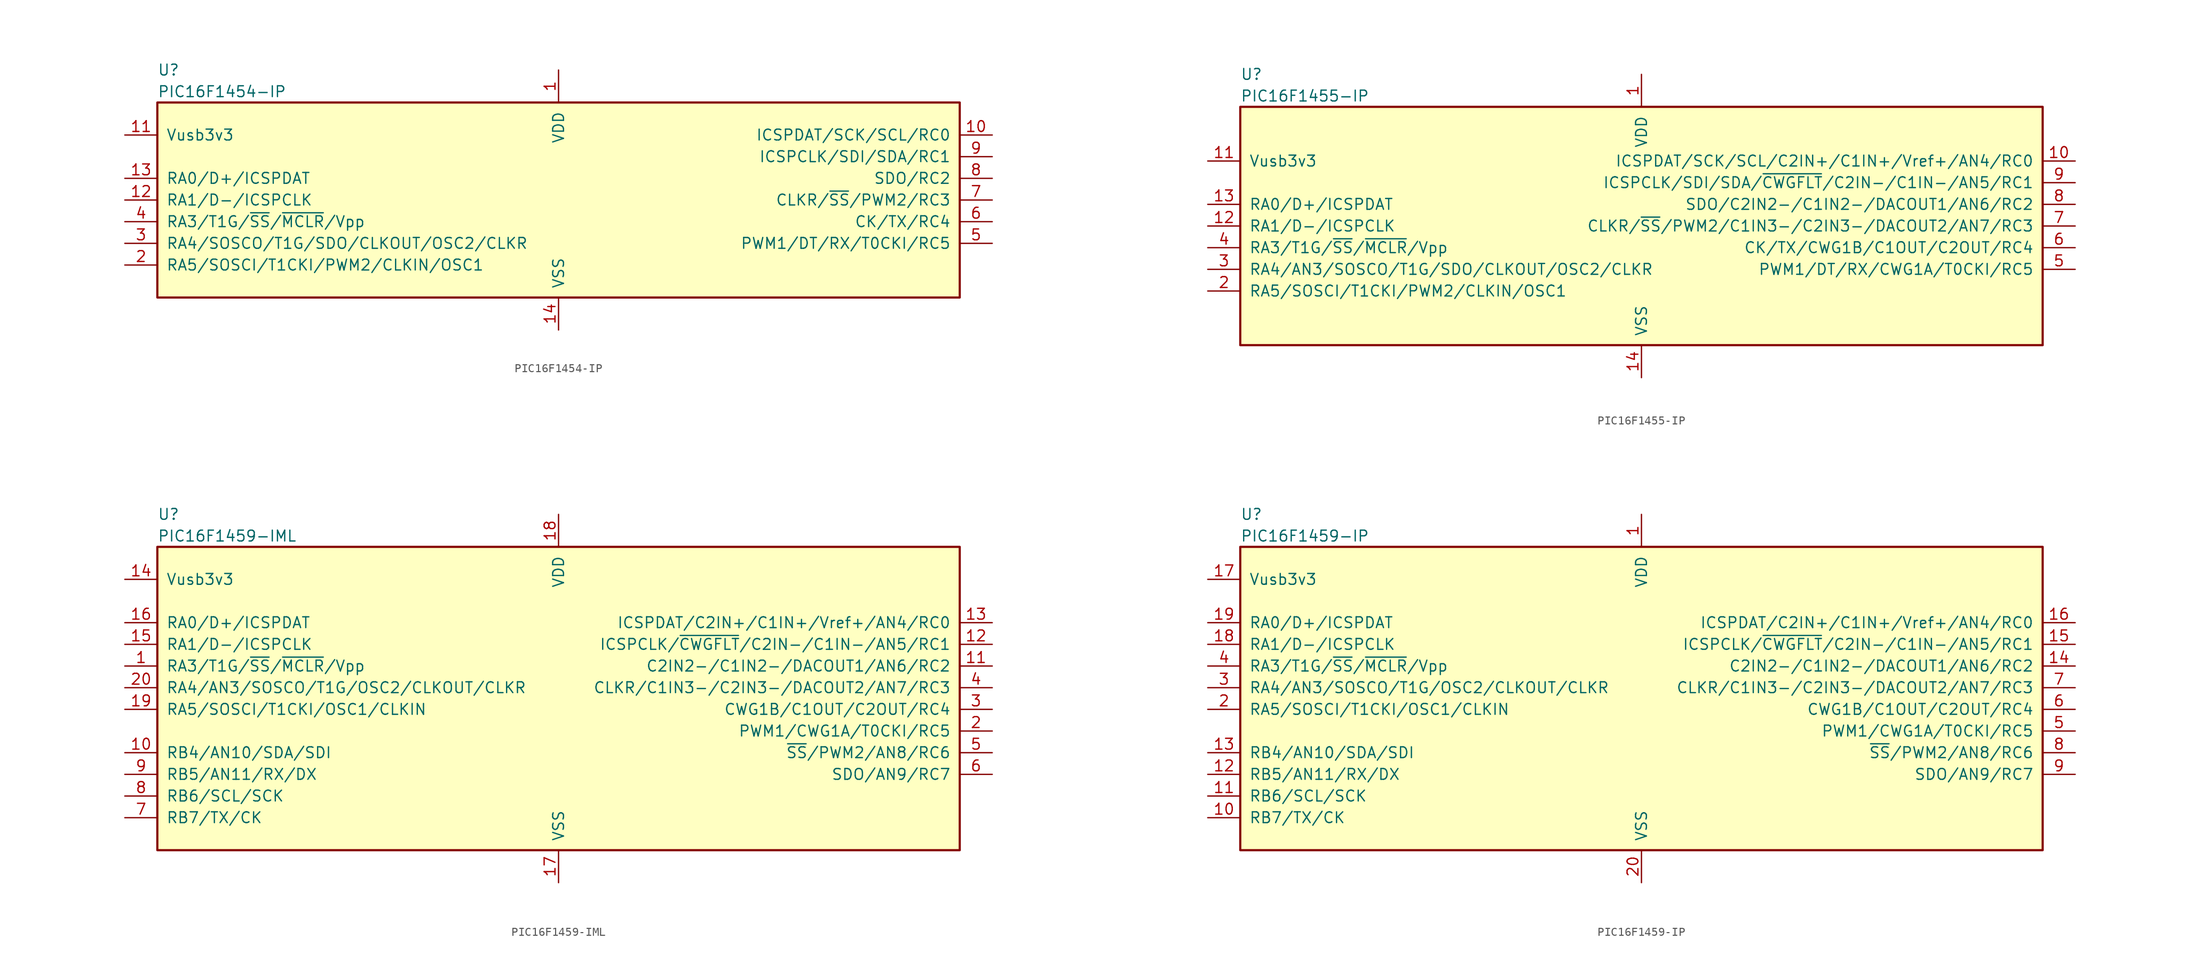
<source format=kicad_sym>
(kicad_symbol_lib
  (version 20201005)
  (generator kicad_symbol_editor)
  (symbol "MCU_Microchip_PIC16:PIC16F1454-IP"
    (pin_names
      (offset 1.016))
    (property "Reference" "U"
      (at -46.99 15.24 0)
      (effects (font (size 1.27 1.27)) (justify left)))
    (property "Value" "PIC16F1454-IP"
      (at -46.99 12.7 0)
      (effects (font (size 1.27 1.27)) (justify left)))
    (symbol "PIC16F1454-IP_0_1"
      (rectangle (start -46.99 11.43) (end 46.99 -11.43) (stroke (width 0.254)) (fill (type background))))
    (symbol "PIC16F1454-IP_1_1"
      (pin power_in line (at 0 15.24 270) (length 3.81) (name "VDD" (effects (font (size 1.27 1.27)))) (number "1" (effects (font (size 1.27 1.27)))))
      (pin bidirectional line (at 50.8 7.62 180) (length 3.81) (name "ICSPDAT/SCK/SCL/RC0" (effects (font (size 1.27 1.27)))) (number "10" (effects (font (size 1.27 1.27)))))
      (pin bidirectional line (at -50.8 7.62 0) (length 3.81) (name "Vusb3v3" (effects (font (size 1.27 1.27)))) (number "11" (effects (font (size 1.27 1.27)))))
      (pin bidirectional line (at -50.8 0 0) (length 3.81) (name "RA1/D-/ICSPCLK" (effects (font (size 1.27 1.27)))) (number "12" (effects (font (size 1.27 1.27)))))
      (pin bidirectional line (at -50.8 2.54 0) (length 3.81) (name "RA0/D+/ICSPDAT" (effects (font (size 1.27 1.27)))) (number "13" (effects (font (size 1.27 1.27)))))
      (pin power_in line (at 0 -15.24 90) (length 3.81) (name "VSS" (effects (font (size 1.27 1.27)))) (number "14" (effects (font (size 1.27 1.27)))))
      (pin bidirectional line (at -50.8 -7.62 0) (length 3.81) (name "RA5/SOSCI/T1CKI/PWM2/CLKIN/OSC1" (effects (font (size 1.27 1.27)))) (number "2" (effects (font (size 1.27 1.27)))))
      (pin bidirectional line (at -50.8 -5.08 0) (length 3.81) (name "RA4/SOSCO/T1G/SDO/CLKOUT/OSC2/CLKR" (effects (font (size 1.27 1.27)))) (number "3" (effects (font (size 1.27 1.27)))))
      (pin input line (at -50.8 -2.54 0) (length 3.81) (name "RA3/T1G/~SS~/~MCLR~/Vpp" (effects (font (size 1.27 1.27)))) (number "4" (effects (font (size 1.27 1.27)))))
      (pin bidirectional line (at 50.8 -5.08 180) (length 3.81) (name "PWM1/DT/RX/T0CKI/RC5" (effects (font (size 1.27 1.27)))) (number "5" (effects (font (size 1.27 1.27)))))
      (pin bidirectional line (at 50.8 -2.54 180) (length 3.81) (name "CK/TX/RC4" (effects (font (size 1.27 1.27)))) (number "6" (effects (font (size 1.27 1.27)))))
      (pin bidirectional line (at 50.8 0 180) (length 3.81) (name "CLKR/~SS~/PWM2/RC3" (effects (font (size 1.27 1.27)))) (number "7" (effects (font (size 1.27 1.27)))))
      (pin bidirectional line (at 50.8 2.54 180) (length 3.81) (name "SDO/RC2" (effects (font (size 1.27 1.27)))) (number "8" (effects (font (size 1.27 1.27)))))
      (pin bidirectional line (at 50.8 5.08 180) (length 3.81) (name "ICSPCLK/SDI/SDA/RC1" (effects (font (size 1.27 1.27)))) (number "9" (effects (font (size 1.27 1.27)))))))
  (symbol "MCU_Microchip_PIC16:PIC16F1455-IP"
    (pin_names
      (offset 1.016))
    (property "Reference" "U"
      (at -46.99 17.78 0)
      (effects (font (size 1.27 1.27)) (justify left)))
    (property "Value" "PIC16F1455-IP"
      (at -46.99 15.24 0)
      (effects (font (size 1.27 1.27)) (justify left)))
    (symbol "PIC16F1455-IP_0_1"
      (rectangle (start -46.99 13.97) (end 46.99 -13.97) (stroke (width 0.254)) (fill (type background))))
    (symbol "PIC16F1455-IP_1_1"
      (pin power_in line (at 0 17.78 270) (length 3.81) (name "VDD" (effects (font (size 1.27 1.27)))) (number "1" (effects (font (size 1.27 1.27)))))
      (pin bidirectional line (at 50.8 7.62 180) (length 3.81) (name "ICSPDAT/SCK/SCL/C2IN+/C1IN+/Vref+/AN4/RC0" (effects (font (size 1.27 1.27)))) (number "10" (effects (font (size 1.27 1.27)))))
      (pin bidirectional line (at -50.8 7.62 0) (length 3.81) (name "Vusb3v3" (effects (font (size 1.27 1.27)))) (number "11" (effects (font (size 1.27 1.27)))))
      (pin bidirectional line (at -50.8 0 0) (length 3.81) (name "RA1/D-/ICSPCLK" (effects (font (size 1.27 1.27)))) (number "12" (effects (font (size 1.27 1.27)))))
      (pin bidirectional line (at -50.8 2.54 0) (length 3.81) (name "RA0/D+/ICSPDAT" (effects (font (size 1.27 1.27)))) (number "13" (effects (font (size 1.27 1.27)))))
      (pin power_in line (at 0 -17.78 90) (length 3.81) (name "VSS" (effects (font (size 1.27 1.27)))) (number "14" (effects (font (size 1.27 1.27)))))
      (pin bidirectional line (at -50.8 -7.62 0) (length 3.81) (name "RA5/SOSCI/T1CKI/PWM2/CLKIN/OSC1" (effects (font (size 1.27 1.27)))) (number "2" (effects (font (size 1.27 1.27)))))
      (pin bidirectional line (at -50.8 -5.08 0) (length 3.81) (name "RA4/AN3/SOSCO/T1G/SDO/CLKOUT/OSC2/CLKR" (effects (font (size 1.27 1.27)))) (number "3" (effects (font (size 1.27 1.27)))))
      (pin input line (at -50.8 -2.54 0) (length 3.81) (name "RA3/T1G/~SS~/~MCLR~/Vpp" (effects (font (size 1.27 1.27)))) (number "4" (effects (font (size 1.27 1.27)))))
      (pin bidirectional line (at 50.8 -5.08 180) (length 3.81) (name "PWM1/DT/RX/CWG1A/T0CKI/RC5" (effects (font (size 1.27 1.27)))) (number "5" (effects (font (size 1.27 1.27)))))
      (pin bidirectional line (at 50.8 -2.54 180) (length 3.81) (name "CK/TX/CWG1B/C1OUT/C2OUT/RC4" (effects (font (size 1.27 1.27)))) (number "6" (effects (font (size 1.27 1.27)))))
      (pin bidirectional line (at 50.8 0 180) (length 3.81) (name "CLKR/~SS~/PWM2/C1IN3-/C2IN3-/DACOUT2/AN7/RC3" (effects (font (size 1.27 1.27)))) (number "7" (effects (font (size 1.27 1.27)))))
      (pin bidirectional line (at 50.8 2.54 180) (length 3.81) (name "SDO/C2IN2-/C1IN2-/DACOUT1/AN6/RC2" (effects (font (size 1.27 1.27)))) (number "8" (effects (font (size 1.27 1.27)))))
      (pin bidirectional line (at 50.8 5.08 180) (length 3.81) (name "ICSPCLK/SDI/SDA/~CWGFLT~/C2IN-/C1IN-/AN5/RC1" (effects (font (size 1.27 1.27)))) (number "9" (effects (font (size 1.27 1.27)))))))
  (symbol "MCU_Microchip_PIC16:PIC16F1459-IML"
    (pin_names
      (offset 1.016))
    (property "Reference" "U"
      (at -46.99 17.78 0)
      (effects (font (size 1.27 1.27)) (justify left)))
    (property "Value" "PIC16F1459-IML"
      (at -46.99 15.24 0)
      (effects (font (size 1.27 1.27)) (justify left)))
    (symbol "PIC16F1459-IML_0_1"
      (rectangle (start -46.99 13.97) (end 46.99 -21.59) (stroke (width 0.254)) (fill (type background))))
    (symbol "PIC16F1459-IML_1_1"
      (pin input line (at -50.8 0 0) (length 3.81) (name "RA3/T1G/~SS~/~MCLR~/Vpp" (effects (font (size 1.27 1.27)))) (number "1" (effects (font (size 1.27 1.27)))))
      (pin bidirectional line (at -50.8 -10.16 0) (length 3.81) (name "RB4/AN10/SDA/SDI" (effects (font (size 1.27 1.27)))) (number "10" (effects (font (size 1.27 1.27)))))
      (pin bidirectional line (at 50.8 0 180) (length 3.81) (name "C2IN2-/C1IN2-/DACOUT1/AN6/RC2" (effects (font (size 1.27 1.27)))) (number "11" (effects (font (size 1.27 1.27)))))
      (pin bidirectional line (at 50.8 2.54 180) (length 3.81) (name "ICSPCLK/~CWGFLT~/C2IN-/C1IN-/AN5/RC1" (effects (font (size 1.27 1.27)))) (number "12" (effects (font (size 1.27 1.27)))))
      (pin bidirectional line (at 50.8 5.08 180) (length 3.81) (name "ICSPDAT/C2IN+/C1IN+/Vref+/AN4/RC0" (effects (font (size 1.27 1.27)))) (number "13" (effects (font (size 1.27 1.27)))))
      (pin bidirectional line (at -50.8 10.16 0) (length 3.81) (name "Vusb3v3" (effects (font (size 1.27 1.27)))) (number "14" (effects (font (size 1.27 1.27)))))
      (pin bidirectional line (at -50.8 2.54 0) (length 3.81) (name "RA1/D-/ICSPCLK" (effects (font (size 1.27 1.27)))) (number "15" (effects (font (size 1.27 1.27)))))
      (pin bidirectional line (at -50.8 5.08 0) (length 3.81) (name "RA0/D+/ICSPDAT" (effects (font (size 1.27 1.27)))) (number "16" (effects (font (size 1.27 1.27)))))
      (pin power_in line (at 0 -25.4 90) (length 3.81) (name "VSS" (effects (font (size 1.27 1.27)))) (number "17" (effects (font (size 1.27 1.27)))))
      (pin power_in line (at 0 17.78 270) (length 3.81) (name "VDD" (effects (font (size 1.27 1.27)))) (number "18" (effects (font (size 1.27 1.27)))))
      (pin bidirectional line (at -50.8 -5.08 0) (length 3.81) (name "RA5/SOSCI/T1CKI/OSC1/CLKIN" (effects (font (size 1.27 1.27)))) (number "19" (effects (font (size 1.27 1.27)))))
      (pin bidirectional line (at 50.8 -7.62 180) (length 3.81) (name "PWM1/CWG1A/T0CKI/RC5" (effects (font (size 1.27 1.27)))) (number "2" (effects (font (size 1.27 1.27)))))
      (pin bidirectional line (at -50.8 -2.54 0) (length 3.81) (name "RA4/AN3/SOSCO/T1G/OSC2/CLKOUT/CLKR" (effects (font (size 1.27 1.27)))) (number "20" (effects (font (size 1.27 1.27)))))
      (pin bidirectional line (at 50.8 -5.08 180) (length 3.81) (name "CWG1B/C1OUT/C2OUT/RC4" (effects (font (size 1.27 1.27)))) (number "3" (effects (font (size 1.27 1.27)))))
      (pin bidirectional line (at 50.8 -2.54 180) (length 3.81) (name "CLKR/C1IN3-/C2IN3-/DACOUT2/AN7/RC3" (effects (font (size 1.27 1.27)))) (number "4" (effects (font (size 1.27 1.27)))))
      (pin bidirectional line (at 50.8 -10.16 180) (length 3.81) (name "~SS~/PWM2/AN8/RC6" (effects (font (size 1.27 1.27)))) (number "5" (effects (font (size 1.27 1.27)))))
      (pin bidirectional line (at 50.8 -12.7 180) (length 3.81) (name "SDO/AN9/RC7" (effects (font (size 1.27 1.27)))) (number "6" (effects (font (size 1.27 1.27)))))
      (pin bidirectional line (at -50.8 -17.78 0) (length 3.81) (name "RB7/TX/CK" (effects (font (size 1.27 1.27)))) (number "7" (effects (font (size 1.27 1.27)))))
      (pin bidirectional line (at -50.8 -15.24 0) (length 3.81) (name "RB6/SCL/SCK" (effects (font (size 1.27 1.27)))) (number "8" (effects (font (size 1.27 1.27)))))
      (pin bidirectional line (at -50.8 -12.7 0) (length 3.81) (name "RB5/AN11/RX/DX" (effects (font (size 1.27 1.27)))) (number "9" (effects (font (size 1.27 1.27)))))))
  (symbol "MCU_Microchip_PIC16:PIC16F1459-IP"
    (pin_names
      (offset 1.016))
    (property "Reference" "U"
      (at -46.99 17.78 0)
      (effects (font (size 1.27 1.27)) (justify left)))
    (property "Value" "PIC16F1459-IP"
      (at -46.99 15.24 0)
      (effects (font (size 1.27 1.27)) (justify left)))
    (symbol "PIC16F1459-IP_0_1"
      (rectangle (start -46.99 13.97) (end 46.99 -21.59) (stroke (width 0.254)) (fill (type background))))
    (symbol "PIC16F1459-IP_1_1"
      (pin power_in line (at 0 17.78 270) (length 3.81) (name "VDD" (effects (font (size 1.27 1.27)))) (number "1" (effects (font (size 1.27 1.27)))))
      (pin bidirectional line (at -50.8 -17.78 0) (length 3.81) (name "RB7/TX/CK" (effects (font (size 1.27 1.27)))) (number "10" (effects (font (size 1.27 1.27)))))
      (pin bidirectional line (at -50.8 -15.24 0) (length 3.81) (name "RB6/SCL/SCK" (effects (font (size 1.27 1.27)))) (number "11" (effects (font (size 1.27 1.27)))))
      (pin bidirectional line (at -50.8 -12.7 0) (length 3.81) (name "RB5/AN11/RX/DX" (effects (font (size 1.27 1.27)))) (number "12" (effects (font (size 1.27 1.27)))))
      (pin bidirectional line (at -50.8 -10.16 0) (length 3.81) (name "RB4/AN10/SDA/SDI" (effects (font (size 1.27 1.27)))) (number "13" (effects (font (size 1.27 1.27)))))
      (pin bidirectional line (at 50.8 0 180) (length 3.81) (name "C2IN2-/C1IN2-/DACOUT1/AN6/RC2" (effects (font (size 1.27 1.27)))) (number "14" (effects (font (size 1.27 1.27)))))
      (pin bidirectional line (at 50.8 2.54 180) (length 3.81) (name "ICSPCLK/~CWGFLT~/C2IN-/C1IN-/AN5/RC1" (effects (font (size 1.27 1.27)))) (number "15" (effects (font (size 1.27 1.27)))))
      (pin bidirectional line (at 50.8 5.08 180) (length 3.81) (name "ICSPDAT/C2IN+/C1IN+/Vref+/AN4/RC0" (effects (font (size 1.27 1.27)))) (number "16" (effects (font (size 1.27 1.27)))))
      (pin bidirectional line (at -50.8 10.16 0) (length 3.81) (name "Vusb3v3" (effects (font (size 1.27 1.27)))) (number "17" (effects (font (size 1.27 1.27)))))
      (pin bidirectional line (at -50.8 2.54 0) (length 3.81) (name "RA1/D-/ICSPCLK" (effects (font (size 1.27 1.27)))) (number "18" (effects (font (size 1.27 1.27)))))
      (pin bidirectional line (at -50.8 5.08 0) (length 3.81) (name "RA0/D+/ICSPDAT" (effects (font (size 1.27 1.27)))) (number "19" (effects (font (size 1.27 1.27)))))
      (pin bidirectional line (at -50.8 -5.08 0) (length 3.81) (name "RA5/SOSCI/T1CKI/OSC1/CLKIN" (effects (font (size 1.27 1.27)))) (number "2" (effects (font (size 1.27 1.27)))))
      (pin power_in line (at 0 -25.4 90) (length 3.81) (name "VSS" (effects (font (size 1.27 1.27)))) (number "20" (effects (font (size 1.27 1.27)))))
      (pin bidirectional line (at -50.8 -2.54 0) (length 3.81) (name "RA4/AN3/SOSCO/T1G/OSC2/CLKOUT/CLKR" (effects (font (size 1.27 1.27)))) (number "3" (effects (font (size 1.27 1.27)))))
      (pin input line (at -50.8 0 0) (length 3.81) (name "RA3/T1G/~SS~/~MCLR~/Vpp" (effects (font (size 1.27 1.27)))) (number "4" (effects (font (size 1.27 1.27)))))
      (pin bidirectional line (at 50.8 -7.62 180) (length 3.81) (name "PWM1/CWG1A/T0CKI/RC5" (effects (font (size 1.27 1.27)))) (number "5" (effects (font (size 1.27 1.27)))))
      (pin bidirectional line (at 50.8 -5.08 180) (length 3.81) (name "CWG1B/C1OUT/C2OUT/RC4" (effects (font (size 1.27 1.27)))) (number "6" (effects (font (size 1.27 1.27)))))
      (pin bidirectional line (at 50.8 -2.54 180) (length 3.81) (name "CLKR/C1IN3-/C2IN3-/DACOUT2/AN7/RC3" (effects (font (size 1.27 1.27)))) (number "7" (effects (font (size 1.27 1.27)))))
      (pin bidirectional line (at 50.8 -10.16 180) (length 3.81) (name "~SS~/PWM2/AN8/RC6" (effects (font (size 1.27 1.27)))) (number "8" (effects (font (size 1.27 1.27)))))
      (pin bidirectional line (at 50.8 -12.7 180) (length 3.81) (name "SDO/AN9/RC7" (effects (font (size 1.27 1.27)))) (number "9" (effects (font (size 1.27 1.27))))))))
</source>
